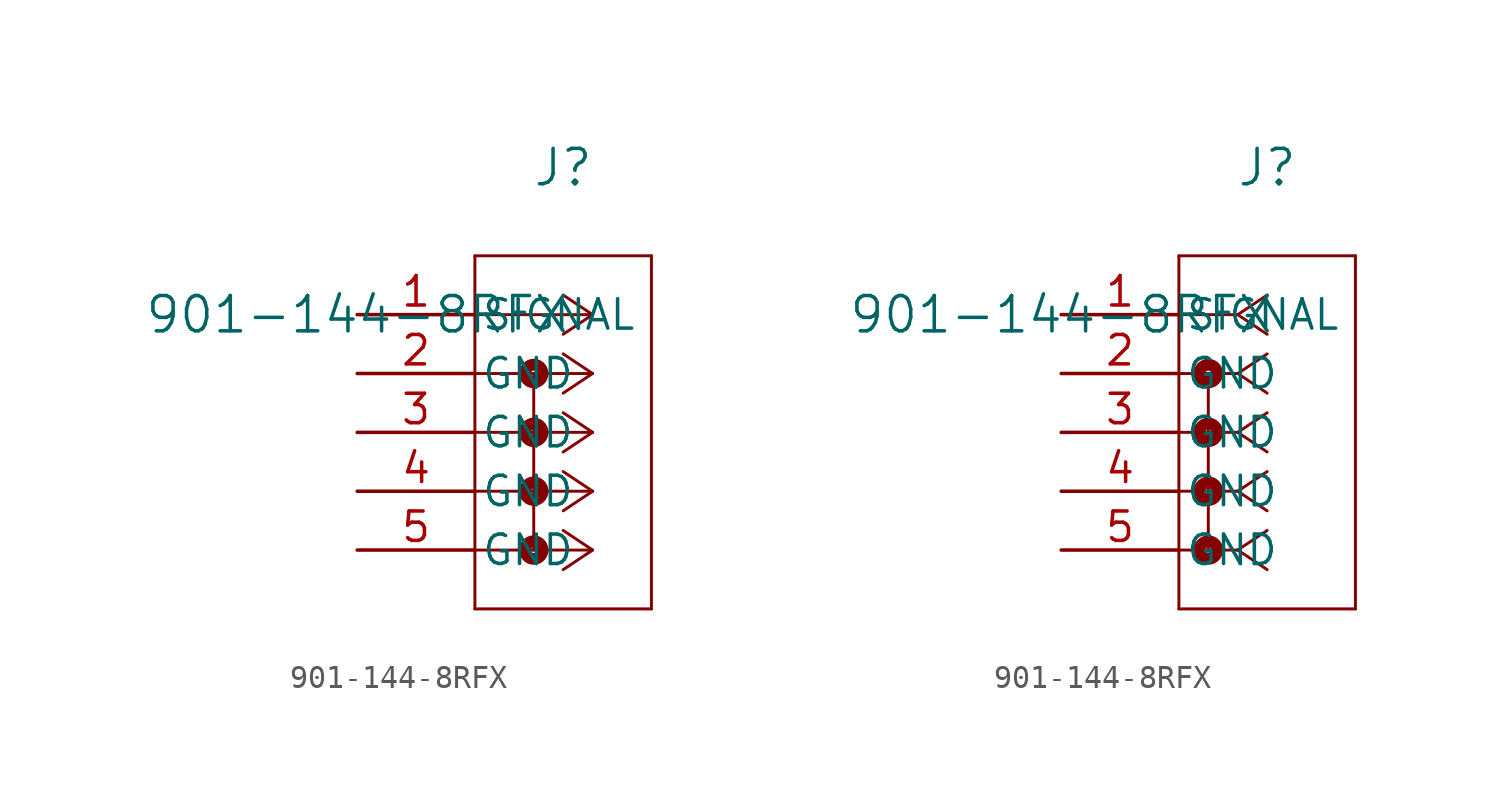
<source format=kicad_sym>
(kicad_symbol_lib
  (version 20211014)
  (generator kicad_symbol_editor)
  (symbol "901-144-8RFX"
    (pin_names
      (offset 0.254))
    (property "Reference" "J"
      (at 8.89 6.35 0)
      (effects (font (size 1.524 1.524))))
    (property "Value" "901-144-8RFX"
      (at 0 0 0)
      (effects (font (size 1.524 1.524))))
    (symbol "901-144-8RFX_1_1"
      (polyline (pts (xy 10.16 0) (xy 5.08 0)) (stroke (width 0.127) (type default) (color 0 0 0 0)) (fill (type none)))
      (polyline (pts (xy 10.16 -2.54) (xy 5.08 -2.54)) (stroke (width 0.127) (type default) (color 0 0 0 0)) (fill (type none)))
      (polyline (pts (xy 10.16 -5.08) (xy 5.08 -5.08)) (stroke (width 0.127) (type default) (color 0 0 0 0)) (fill (type none)))
      (polyline (pts (xy 10.16 -7.62) (xy 5.08 -7.62)) (stroke (width 0.127) (type default) (color 0 0 0 0)) (fill (type none)))
      (polyline (pts (xy 10.16 -10.16) (xy 5.08 -10.16)) (stroke (width 0.127) (type default) (color 0 0 0 0)) (fill (type none)))
      (polyline (pts (xy 10.16 0) (xy 8.89 0.847)) (stroke (width 0.127) (type default) (color 0 0 0 0)) (fill (type none)))
      (polyline (pts (xy 10.16 -2.54) (xy 8.89 -1.693)) (stroke (width 0.127) (type default) (color 0 0 0 0)) (fill (type none)))
      (polyline (pts (xy 10.16 -5.08) (xy 8.89 -4.233)) (stroke (width 0.127) (type default) (color 0 0 0 0)) (fill (type none)))
      (polyline (pts (xy 10.16 -7.62) (xy 8.89 -6.773)) (stroke (width 0.127) (type default) (color 0 0 0 0)) (fill (type none)))
      (polyline (pts (xy 10.16 -10.16) (xy 8.89 -9.313)) (stroke (width 0.127) (type default) (color 0 0 0 0)) (fill (type none)))
      (polyline (pts (xy 10.16 0) (xy 8.89 -0.847)) (stroke (width 0.127) (type default) (color 0 0 0 0)) (fill (type none)))
      (polyline (pts (xy 10.16 -2.54) (xy 8.89 -3.387)) (stroke (width 0.127) (type default) (color 0 0 0 0)) (fill (type none)))
      (polyline (pts (xy 10.16 -5.08) (xy 8.89 -5.927)) (stroke (width 0.127) (type default) (color 0 0 0 0)) (fill (type none)))
      (polyline (pts (xy 10.16 -7.62) (xy 8.89 -8.467)) (stroke (width 0.127) (type default) (color 0 0 0 0)) (fill (type none)))
      (polyline (pts (xy 10.16 -10.16) (xy 8.89 -11.007)) (stroke (width 0.127) (type default) (color 0 0 0 0)) (fill (type none)))
      (polyline (pts (xy 5.08 2.54) (xy 5.08 -12.7)) (stroke (width 0.127) (type default) (color 0 0 0 0)) (fill (type none)))
      (polyline (pts (xy 5.08 -12.7) (xy 12.7 -12.7)) (stroke (width 0.127) (type default) (color 0 0 0 0)) (fill (type none)))
      (polyline (pts (xy 12.7 -12.7) (xy 12.7 2.54)) (stroke (width 0.127) (type default) (color 0 0 0 0)) (fill (type none)))
      (polyline (pts (xy 12.7 2.54) (xy 5.08 2.54)) (stroke (width 0.127) (type default) (color 0 0 0 0)) (fill (type none)))
      (circle (center 7.62 -2.54) (radius 0.127) (stroke (width 0.508) (type default) (color 0 0 0 0)) (fill (type none)))
      (polyline (pts (xy 7.62 -2.54) (xy 7.62 -10.16)) (stroke (width 0.127) (type default) (color 0 0 0 0)) (fill (type none)))
      (circle (center 7.62 -5.08) (radius 0.127) (stroke (width 0.508) (type default) (color 0 0 0 0)) (fill (type none)))
      (circle (center 7.62 -7.62) (radius 0.127) (stroke (width 0.508) (type default) (color 0 0 0 0)) (fill (type none)))
      (circle (center 7.62 -10.16) (radius 0.127) (stroke (width 0.508) (type default) (color 0 0 0 0)) (fill (type none)))
      (pin unspecified line (at 0 0 0) (length 5.08) (name "SIGNAL" (effects (font (size 1.27 1.27)))) (number "1" (effects (font (size 1.27 1.27)))))
      (pin unspecified line (at 0 -2.54 0) (length 5.08) (name "GND" (effects (font (size 1.27 1.27)))) (number "2" (effects (font (size 1.27 1.27)))))
      (pin unspecified line (at 0 -5.08 0) (length 5.08) (name "GND" (effects (font (size 1.27 1.27)))) (number "3" (effects (font (size 1.27 1.27)))))
      (pin unspecified line (at 0 -7.62 0) (length 5.08) (name "GND" (effects (font (size 1.27 1.27)))) (number "4" (effects (font (size 1.27 1.27)))))
      (pin unspecified line (at 0 -10.16 0) (length 5.08) (name "GND" (effects (font (size 1.27 1.27)))) (number "5" (effects (font (size 1.27 1.27))))))
    (symbol "901-144-8RFX_1_2"
      (polyline (pts (xy 7.62 0) (xy 5.08 0)) (stroke (width 0.127) (type default) (color 0 0 0 0)) (fill (type none)))
      (polyline (pts (xy 7.62 -2.54) (xy 5.08 -2.54)) (stroke (width 0.127) (type default) (color 0 0 0 0)) (fill (type none)))
      (polyline (pts (xy 7.62 -5.08) (xy 5.08 -5.08)) (stroke (width 0.127) (type default) (color 0 0 0 0)) (fill (type none)))
      (polyline (pts (xy 7.62 -7.62) (xy 5.08 -7.62)) (stroke (width 0.127) (type default) (color 0 0 0 0)) (fill (type none)))
      (polyline (pts (xy 7.62 -10.16) (xy 5.08 -10.16)) (stroke (width 0.127) (type default) (color 0 0 0 0)) (fill (type none)))
      (polyline (pts (xy 7.62 0) (xy 8.89 0.847)) (stroke (width 0.127) (type default) (color 0 0 0 0)) (fill (type none)))
      (polyline (pts (xy 7.62 -2.54) (xy 8.89 -1.693)) (stroke (width 0.127) (type default) (color 0 0 0 0)) (fill (type none)))
      (polyline (pts (xy 7.62 -5.08) (xy 8.89 -4.233)) (stroke (width 0.127) (type default) (color 0 0 0 0)) (fill (type none)))
      (polyline (pts (xy 7.62 -7.62) (xy 8.89 -6.773)) (stroke (width 0.127) (type default) (color 0 0 0 0)) (fill (type none)))
      (polyline (pts (xy 7.62 -10.16) (xy 8.89 -9.313)) (stroke (width 0.127) (type default) (color 0 0 0 0)) (fill (type none)))
      (polyline (pts (xy 7.62 0) (xy 8.89 -0.847)) (stroke (width 0.127) (type default) (color 0 0 0 0)) (fill (type none)))
      (polyline (pts (xy 7.62 -2.54) (xy 8.89 -3.387)) (stroke (width 0.127) (type default) (color 0 0 0 0)) (fill (type none)))
      (polyline (pts (xy 7.62 -5.08) (xy 8.89 -5.927)) (stroke (width 0.127) (type default) (color 0 0 0 0)) (fill (type none)))
      (polyline (pts (xy 7.62 -7.62) (xy 8.89 -8.467)) (stroke (width 0.127) (type default) (color 0 0 0 0)) (fill (type none)))
      (polyline (pts (xy 7.62 -10.16) (xy 8.89 -11.007)) (stroke (width 0.127) (type default) (color 0 0 0 0)) (fill (type none)))
      (polyline (pts (xy 5.08 2.54) (xy 5.08 -12.7)) (stroke (width 0.127) (type default) (color 0 0 0 0)) (fill (type none)))
      (polyline (pts (xy 5.08 -12.7) (xy 12.7 -12.7)) (stroke (width 0.127) (type default) (color 0 0 0 0)) (fill (type none)))
      (polyline (pts (xy 12.7 -12.7) (xy 12.7 2.54)) (stroke (width 0.127) (type default) (color 0 0 0 0)) (fill (type none)))
      (polyline (pts (xy 12.7 2.54) (xy 5.08 2.54)) (stroke (width 0.127) (type default) (color 0 0 0 0)) (fill (type none)))
      (circle (center 6.35 -2.54) (radius 0.127) (stroke (width 0.508) (type default) (color 0 0 0 0)) (fill (type none)))
      (polyline (pts (xy 6.35 -2.54) (xy 6.35 -10.16)) (stroke (width 0.127) (type default) (color 0 0 0 0)) (fill (type none)))
      (circle (center 6.35 -5.08) (radius 0.127) (stroke (width 0.508) (type default) (color 0 0 0 0)) (fill (type none)))
      (circle (center 6.35 -7.62) (radius 0.127) (stroke (width 0.508) (type default) (color 0 0 0 0)) (fill (type none)))
      (circle (center 6.35 -10.16) (radius 0.127) (stroke (width 0.508) (type default) (color 0 0 0 0)) (fill (type none)))
      (pin unspecified line (at 0 0 0) (length 5.08) (name "SIGNAL" (effects (font (size 1.27 1.27)))) (number "1" (effects (font (size 1.27 1.27)))))
      (pin unspecified line (at 0 -2.54 0) (length 5.08) (name "GND" (effects (font (size 1.27 1.27)))) (number "2" (effects (font (size 1.27 1.27)))))
      (pin unspecified line (at 0 -5.08 0) (length 5.08) (name "GND" (effects (font (size 1.27 1.27)))) (number "3" (effects (font (size 1.27 1.27)))))
      (pin unspecified line (at 0 -7.62 0) (length 5.08) (name "GND" (effects (font (size 1.27 1.27)))) (number "4" (effects (font (size 1.27 1.27)))))
      (pin unspecified line (at 0 -10.16 0) (length 5.08) (name "GND" (effects (font (size 1.27 1.27)))) (number "5" (effects (font (size 1.27 1.27))))))))
</source>
